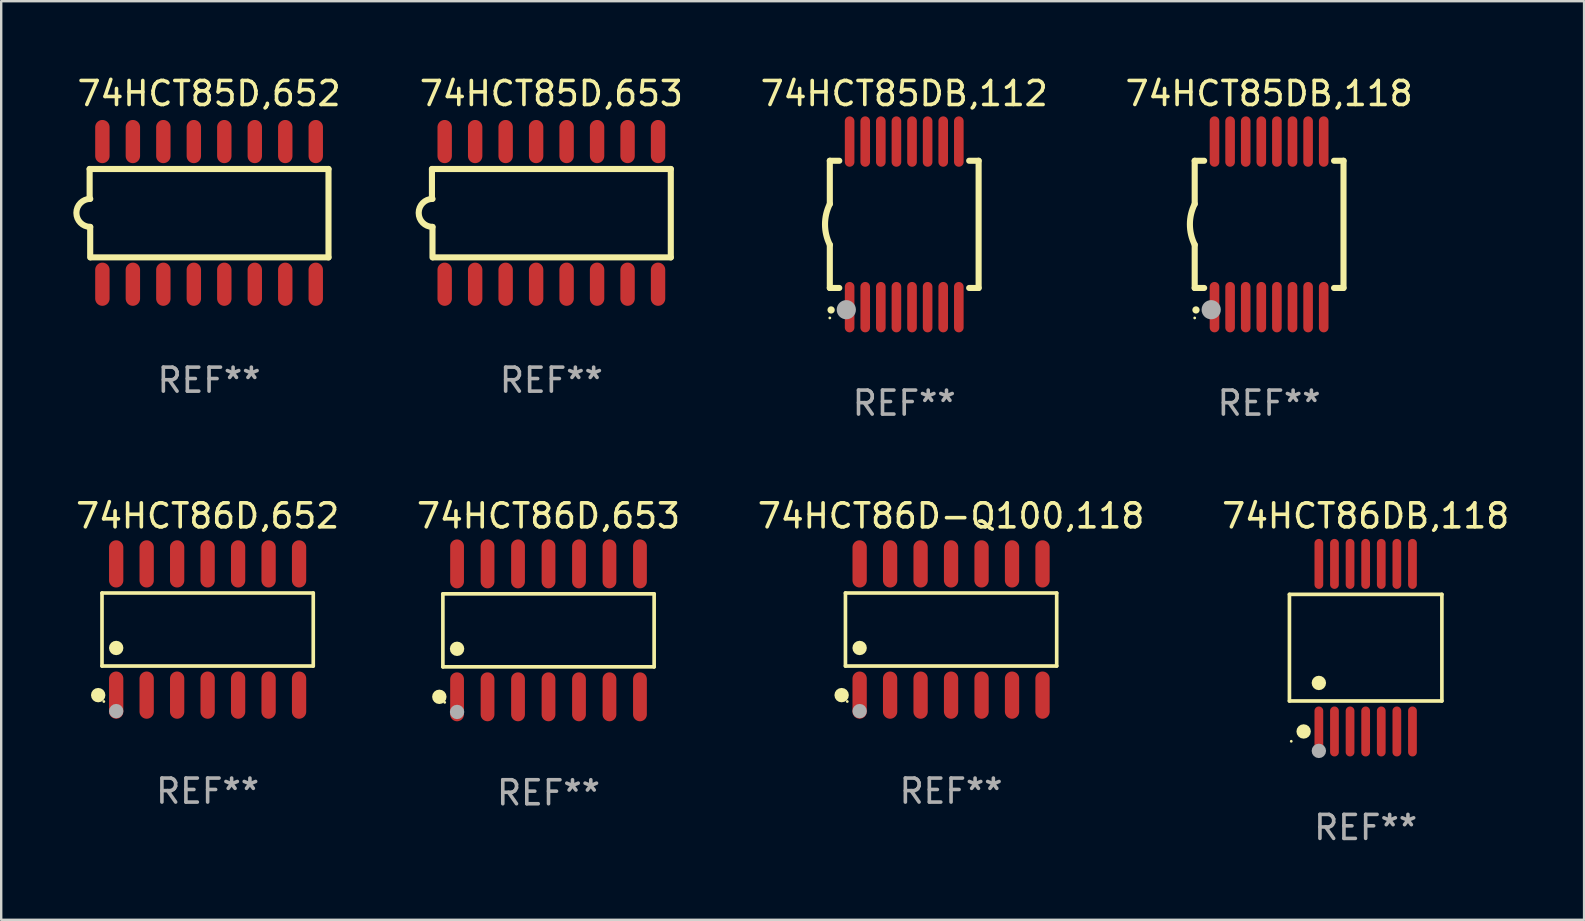
<source format=kicad_pcb>
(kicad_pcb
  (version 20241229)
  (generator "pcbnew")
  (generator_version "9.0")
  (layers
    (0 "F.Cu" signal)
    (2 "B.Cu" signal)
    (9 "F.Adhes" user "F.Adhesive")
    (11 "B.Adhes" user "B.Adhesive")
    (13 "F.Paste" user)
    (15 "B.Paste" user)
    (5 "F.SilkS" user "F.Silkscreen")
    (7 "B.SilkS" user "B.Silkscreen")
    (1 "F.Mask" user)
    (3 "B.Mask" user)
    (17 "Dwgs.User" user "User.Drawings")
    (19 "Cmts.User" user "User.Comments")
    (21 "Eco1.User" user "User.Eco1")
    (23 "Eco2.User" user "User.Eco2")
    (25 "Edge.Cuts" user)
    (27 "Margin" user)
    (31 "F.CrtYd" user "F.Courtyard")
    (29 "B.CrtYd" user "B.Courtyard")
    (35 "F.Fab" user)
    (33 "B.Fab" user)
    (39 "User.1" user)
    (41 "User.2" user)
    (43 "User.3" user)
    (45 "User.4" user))
  (footprint "74HCT85D,653"
    (layer "F.Cu")
    (at 19.923 5.82)
    (property "Reference" "74HCT85D,653" (at 0 -4.972 0) (layer "F.SilkS") (effects (font (size 1 1) (thickness 0.15))))
    (attr through_hole)
    (fp_line (start -4.976 -1.829) (end -4.976 -0.584) (stroke (width 0.254) (type solid)) (layer "F.SilkS"))
    (fp_line (start -4.953 0.584) (end -4.953 1.854) (stroke (width 0.254) (type solid)) (layer "F.SilkS"))
    (fp_line (start -4.928 1.854) (end 4.976 1.854) (stroke (width 0.254) (type solid)) (layer "F.SilkS"))
    (fp_line (start 4.976 -1.829) (end -4.976 -1.829) (stroke (width 0.254) (type solid)) (layer "F.SilkS"))
    (fp_line (start 4.976 1.854) (end 4.976 -1.829) (stroke (width 0.254) (type solid)) (layer "F.SilkS"))
    (fp_arc (start -4.95301 0.584201) (mid -5.533866 -0.00152) (end -4.950088 -0.584329) (stroke (width 0.254001) (type solid)) (layer "F.SilkS"))
    (fp_text user "REF**" (at 0 6.972 0) (layer "F.Fab") (effects (font (size 1 1) (thickness 0.15))))
    (pad "1" smd oval (at -4.445 2.972 180) (size 0.6 1.8) (layers "F.Cu" "F.Mask" "F.Paste"))
    (pad "2" smd oval (at -3.175 2.972 180) (size 0.6 1.8) (layers "F.Cu" "F.Mask" "F.Paste"))
    (pad "3" smd oval (at -1.905 2.972 180) (size 0.6 1.8) (layers "F.Cu" "F.Mask" "F.Paste"))
    (pad "4" smd oval (at -0.635 2.972 180) (size 0.6 1.8) (layers "F.Cu" "F.Mask" "F.Paste"))
    (pad "5" smd oval (at 0.635 2.972 180) (size 0.6 1.8) (layers "F.Cu" "F.Mask" "F.Paste"))
    (pad "6" smd oval (at 1.905 2.972 180) (size 0.6 1.8) (layers "F.Cu" "F.Mask" "F.Paste"))
    (pad "7" smd oval (at 3.175 2.972 180) (size 0.6 1.8) (layers "F.Cu" "F.Mask" "F.Paste"))
    (pad "8" smd oval (at 4.445 2.972 180) (size 0.6 1.8) (layers "F.Cu" "F.Mask" "F.Paste"))
    (pad "9" smd oval (at 4.445 -2.972 180) (size 0.6 1.8) (layers "F.Cu" "F.Mask" "F.Paste"))
    (pad "10" smd oval (at 3.175 -2.972 180) (size 0.6 1.8) (layers "F.Cu" "F.Mask" "F.Paste"))
    (pad "11" smd oval (at 1.905 -2.972 180) (size 0.6 1.8) (layers "F.Cu" "F.Mask" "F.Paste"))
    (pad "12" smd oval (at 0.635 -2.972 180) (size 0.6 1.8) (layers "F.Cu" "F.Mask" "F.Paste"))
    (pad "13" smd oval (at -0.635 -2.972 180) (size 0.6 1.8) (layers "F.Cu" "F.Mask" "F.Paste"))
    (pad "14" smd oval (at -1.905 -2.972 180) (size 0.6 1.8) (layers "F.Cu" "F.Mask" "F.Paste"))
    (pad "15" smd oval (at -3.175 -2.972 180) (size 0.6 1.8) (layers "F.Cu" "F.Mask" "F.Paste"))
    (pad "16" smd oval (at -4.445 -2.972 180) (size 0.6 1.8) (layers "F.Cu" "F.Mask" "F.Paste")))
  (footprint "74HCT85DB,118"
    (layer "F.Cu")
    (at 49.828 6.298)
    (property "Reference" "74HCT85DB,118" (at 0 -5.45 0) (layer "F.SilkS") (effects (font (size 1 1) (thickness 0.15))))
    (attr through_hole)
    (fp_line (start -3.1 -2.65) (end -3.1 -0.85) (stroke (width 0.254) (type solid)) (layer "F.SilkS"))
    (fp_line (start -3.1 -2.65) (end -2.706 -2.65) (stroke (width 0.254) (type solid)) (layer "F.SilkS"))
    (fp_line (start -3.1 2.65) (end -3.1 0.85) (stroke (width 0.254) (type solid)) (layer "F.SilkS"))
    (fp_line (start -3.1 2.65) (end -2.706 2.65) (stroke (width 0.254) (type solid)) (layer "F.SilkS"))
    (fp_line (start 2.706 -2.65) (end 3.1 -2.65) (stroke (width 0.254) (type solid)) (layer "F.SilkS"))
    (fp_line (start 2.706 2.65) (end 3.1 2.65) (stroke (width 0.254) (type solid)) (layer "F.SilkS"))
    (fp_line (start 3.1 -2.65) (end 3.1 2.65) (stroke (width 0.254) (type solid)) (layer "F.SilkS"))
    (fp_arc (start -3.098907 0.850902) (mid -3.300057 0.000523) (end -3.1 -0.850114) (stroke (width 0.254001) (type solid)) (layer "F.SilkS"))
    (fp_arc (start -3.048006 3.566066) (mid -3.046736 3.566061) (end -3.045466 3.566066) (stroke (width 0.3) (type solid)) (layer "F.SilkS"))
    (fp_circle (center -3.1 3.9) (end -3.07 3.9) (stroke (width 0.06) (type solid)) (fill no) (layer "F.SilkS"))
    (fp_circle (center -2.413 3.556) (end -2.213 3.556) (stroke (width 0.4) (type solid)) (fill no) (layer "F.Fab"))
    (fp_text user "REF**" (at 0 7.45 0) (layer "F.Fab") (effects (font (size 1 1) (thickness 0.15))))
    (pad "1" smd oval (at -2.275 3.45 180) (size 0.4 2.1) (layers "F.Cu" "F.Mask" "F.Paste"))
    (pad "2" smd oval (at -1.625 3.45 180) (size 0.4 2.1) (layers "F.Cu" "F.Mask" "F.Paste"))
    (pad "3" smd oval (at -0.975 3.45 180) (size 0.4 2.1) (layers "F.Cu" "F.Mask" "F.Paste"))
    (pad "4" smd oval (at -0.325 3.45 180) (size 0.4 2.1) (layers "F.Cu" "F.Mask" "F.Paste"))
    (pad "5" smd oval (at 0.325 3.45 180) (size 0.4 2.1) (layers "F.Cu" "F.Mask" "F.Paste"))
    (pad "6" smd oval (at 0.975 3.45 180) (size 0.4 2.1) (layers "F.Cu" "F.Mask" "F.Paste"))
    (pad "7" smd oval (at 1.625 3.45 180) (size 0.4 2.1) (layers "F.Cu" "F.Mask" "F.Paste"))
    (pad "8" smd oval (at 2.275 3.45 180) (size 0.4 2.1) (layers "F.Cu" "F.Mask" "F.Paste"))
    (pad "9" smd oval (at 2.275 -3.45 180) (size 0.4 2.1) (layers "F.Cu" "F.Mask" "F.Paste"))
    (pad "10" smd oval (at 1.625 -3.45 180) (size 0.4 2.1) (layers "F.Cu" "F.Mask" "F.Paste"))
    (pad "11" smd oval (at 0.975 -3.45 180) (size 0.4 2.1) (layers "F.Cu" "F.Mask" "F.Paste"))
    (pad "12" smd oval (at 0.325 -3.45 180) (size 0.4 2.1) (layers "F.Cu" "F.Mask" "F.Paste"))
    (pad "13" smd oval (at -0.325 -3.45 180) (size 0.4 2.1) (layers "F.Cu" "F.Mask" "F.Paste"))
    (pad "14" smd oval (at -0.975 -3.45 180) (size 0.4 2.1) (layers "F.Cu" "F.Mask" "F.Paste"))
    (pad "15" smd oval (at -1.625 -3.45 180) (size 0.4 2.1) (layers "F.Cu" "F.Mask" "F.Paste"))
    (pad "16" smd oval (at -2.275 -3.45 180) (size 0.4 2.1) (layers "F.Cu" "F.Mask" "F.Paste")))
  (footprint "74HCT86D-Q100,118"
    (layer "F.Cu")
    (at 36.577 23.179)
    (property "Reference" "74HCT86D-Q100,118" (at 0 -4.734 0) (layer "F.SilkS") (effects (font (size 1 1) (thickness 0.15))))
    (attr through_hole)
    (fp_line (start -4.401 -1.521) (end 4.401 -1.521) (stroke (width 0.152) (type solid)) (layer "F.SilkS"))
    (fp_line (start -4.401 1.521) (end -4.401 -1.521) (stroke (width 0.152) (type solid)) (layer "F.SilkS"))
    (fp_line (start 4.401 -1.521) (end 4.401 1.521) (stroke (width 0.152) (type solid)) (layer "F.SilkS"))
    (fp_line (start 4.401 1.521) (end -4.401 1.521) (stroke (width 0.152) (type solid)) (layer "F.SilkS"))
    (fp_circle (center -4.56 2.734) (end -4.41 2.734) (stroke (width 0.3) (type solid)) (fill no) (layer "F.SilkS"))
    (fp_circle (center -4.325 3) (end -4.295 3) (stroke (width 0.06) (type solid)) (fill no) (layer "F.SilkS"))
    (fp_circle (center -3.81 0.769) (end -3.66 0.769) (stroke (width 0.3) (type solid)) (fill no) (layer "F.SilkS"))
    (fp_circle (center -3.81 3.4) (end -3.66 3.4) (stroke (width 0.3) (type solid)) (fill no) (layer "F.Fab"))
    (fp_text user "REF**" (at 0 6.734 0) (layer "F.Fab") (effects (font (size 1 1) (thickness 0.15))))
    (pad "1" smd oval (at -3.81 2.734) (size 0.595 1.968) (layers "F.Cu" "F.Mask" "F.Paste"))
    (pad "2" smd oval (at -2.54 2.734) (size 0.595 1.968) (layers "F.Cu" "F.Mask" "F.Paste"))
    (pad "3" smd oval (at -1.27 2.734) (size 0.595 1.968) (layers "F.Cu" "F.Mask" "F.Paste"))
    (pad "4" smd oval (at 0 2.734) (size 0.595 1.968) (layers "F.Cu" "F.Mask" "F.Paste"))
    (pad "5" smd oval (at 1.27 2.734) (size 0.595 1.968) (layers "F.Cu" "F.Mask" "F.Paste"))
    (pad "6" smd oval (at 2.54 2.734) (size 0.595 1.968) (layers "F.Cu" "F.Mask" "F.Paste"))
    (pad "7" smd oval (at 3.81 2.734) (size 0.595 1.968) (layers "F.Cu" "F.Mask" "F.Paste"))
    (pad "8" smd oval (at 3.81 -2.734) (size 0.595 1.968) (layers "F.Cu" "F.Mask" "F.Paste"))
    (pad "9" smd oval (at 2.54 -2.734) (size 0.595 1.968) (layers "F.Cu" "F.Mask" "F.Paste"))
    (pad "10" smd oval (at 1.27 -2.734) (size 0.595 1.968) (layers "F.Cu" "F.Mask" "F.Paste"))
    (pad "11" smd oval (at 0 -2.734) (size 0.595 1.968) (layers "F.Cu" "F.Mask" "F.Paste"))
    (pad "12" smd oval (at -1.27 -2.734) (size 0.595 1.968) (layers "F.Cu" "F.Mask" "F.Paste"))
    (pad "13" smd oval (at -2.54 -2.734) (size 0.595 1.968) (layers "F.Cu" "F.Mask" "F.Paste"))
    (pad "14" smd oval (at -3.81 -2.734) (size 0.595 1.968) (layers "F.Cu" "F.Mask" "F.Paste")))
  (footprint "74HCT85DB,112"
    (layer "F.Cu")
    (at 34.625 6.298)
    (property "Reference" "74HCT85DB,112" (at 0 -5.45 0) (layer "F.SilkS") (effects (font (size 1 1) (thickness 0.15))))
    (attr through_hole)
    (fp_line (start -3.1 -2.65) (end -3.1 -0.85) (stroke (width 0.254) (type solid)) (layer "F.SilkS"))
    (fp_line (start -3.1 -2.65) (end -2.706 -2.65) (stroke (width 0.254) (type solid)) (layer "F.SilkS"))
    (fp_line (start -3.1 2.65) (end -3.1 0.85) (stroke (width 0.254) (type solid)) (layer "F.SilkS"))
    (fp_line (start -3.1 2.65) (end -2.706 2.65) (stroke (width 0.254) (type solid)) (layer "F.SilkS"))
    (fp_line (start 2.706 -2.65) (end 3.1 -2.65) (stroke (width 0.254) (type solid)) (layer "F.SilkS"))
    (fp_line (start 2.706 2.65) (end 3.1 2.65) (stroke (width 0.254) (type solid)) (layer "F.SilkS"))
    (fp_line (start 3.1 -2.65) (end 3.1 2.65) (stroke (width 0.254) (type solid)) (layer "F.SilkS"))
    (fp_arc (start -3.098907 0.850902) (mid -3.300057 0.000523) (end -3.1 -0.850114) (stroke (width 0.254001) (type solid)) (layer "F.SilkS"))
    (fp_arc (start -3.048006 3.566066) (mid -3.046736 3.566061) (end -3.045466 3.566066) (stroke (width 0.3) (type solid)) (layer "F.SilkS"))
    (fp_circle (center -3.1 3.9) (end -3.07 3.9) (stroke (width 0.06) (type solid)) (fill no) (layer "F.SilkS"))
    (fp_circle (center -2.413 3.556) (end -2.213 3.556) (stroke (width 0.4) (type solid)) (fill no) (layer "F.Fab"))
    (fp_text user "REF**" (at 0 7.45 0) (layer "F.Fab") (effects (font (size 1 1) (thickness 0.15))))
    (pad "1" smd oval (at -2.275 3.45 180) (size 0.4 2.1) (layers "F.Cu" "F.Mask" "F.Paste"))
    (pad "2" smd oval (at -1.625 3.45 180) (size 0.4 2.1) (layers "F.Cu" "F.Mask" "F.Paste"))
    (pad "3" smd oval (at -0.975 3.45 180) (size 0.4 2.1) (layers "F.Cu" "F.Mask" "F.Paste"))
    (pad "4" smd oval (at -0.325 3.45 180) (size 0.4 2.1) (layers "F.Cu" "F.Mask" "F.Paste"))
    (pad "5" smd oval (at 0.325 3.45 180) (size 0.4 2.1) (layers "F.Cu" "F.Mask" "F.Paste"))
    (pad "6" smd oval (at 0.975 3.45 180) (size 0.4 2.1) (layers "F.Cu" "F.Mask" "F.Paste"))
    (pad "7" smd oval (at 1.625 3.45 180) (size 0.4 2.1) (layers "F.Cu" "F.Mask" "F.Paste"))
    (pad "8" smd oval (at 2.275 3.45 180) (size 0.4 2.1) (layers "F.Cu" "F.Mask" "F.Paste"))
    (pad "9" smd oval (at 2.275 -3.45 180) (size 0.4 2.1) (layers "F.Cu" "F.Mask" "F.Paste"))
    (pad "10" smd oval (at 1.625 -3.45 180) (size 0.4 2.1) (layers "F.Cu" "F.Mask" "F.Paste"))
    (pad "11" smd oval (at 0.975 -3.45 180) (size 0.4 2.1) (layers "F.Cu" "F.Mask" "F.Paste"))
    (pad "12" smd oval (at 0.325 -3.45 180) (size 0.4 2.1) (layers "F.Cu" "F.Mask" "F.Paste"))
    (pad "13" smd oval (at -0.325 -3.45 180) (size 0.4 2.1) (layers "F.Cu" "F.Mask" "F.Paste"))
    (pad "14" smd oval (at -0.975 -3.45 180) (size 0.4 2.1) (layers "F.Cu" "F.Mask" "F.Paste"))
    (pad "15" smd oval (at -1.625 -3.45 180) (size 0.4 2.1) (layers "F.Cu" "F.Mask" "F.Paste"))
    (pad "16" smd oval (at -2.275 -3.45 180) (size 0.4 2.1) (layers "F.Cu" "F.Mask" "F.Paste")))
  (footprint "74HCT86D,652"
    (layer "F.Cu")
    (at 5.601 23.179)
    (property "Reference" "74HCT86D,652" (at 0 -4.734 0) (layer "F.SilkS") (effects (font (size 1 1) (thickness 0.15))))
    (attr through_hole)
    (fp_line (start -4.401 -1.521) (end 4.401 -1.521) (stroke (width 0.152) (type solid)) (layer "F.SilkS"))
    (fp_line (start -4.401 1.521) (end -4.401 -1.521) (stroke (width 0.152) (type solid)) (layer "F.SilkS"))
    (fp_line (start 4.401 -1.521) (end 4.401 1.521) (stroke (width 0.152) (type solid)) (layer "F.SilkS"))
    (fp_line (start 4.401 1.521) (end -4.401 1.521) (stroke (width 0.152) (type solid)) (layer "F.SilkS"))
    (fp_circle (center -4.56 2.734) (end -4.41 2.734) (stroke (width 0.3) (type solid)) (fill no) (layer "F.SilkS"))
    (fp_circle (center -4.325 3) (end -4.295 3) (stroke (width 0.06) (type solid)) (fill no) (layer "F.SilkS"))
    (fp_circle (center -3.81 0.769) (end -3.66 0.769) (stroke (width 0.3) (type solid)) (fill no) (layer "F.SilkS"))
    (fp_circle (center -3.81 3.4) (end -3.66 3.4) (stroke (width 0.3) (type solid)) (fill no) (layer "F.Fab"))
    (fp_text user "REF**" (at 0 6.734 0) (layer "F.Fab") (effects (font (size 1 1) (thickness 0.15))))
    (pad "1" smd oval (at -3.81 2.734) (size 0.595 1.968) (layers "F.Cu" "F.Mask" "F.Paste"))
    (pad "2" smd oval (at -2.54 2.734) (size 0.595 1.968) (layers "F.Cu" "F.Mask" "F.Paste"))
    (pad "3" smd oval (at -1.27 2.734) (size 0.595 1.968) (layers "F.Cu" "F.Mask" "F.Paste"))
    (pad "4" smd oval (at 0 2.734) (size 0.595 1.968) (layers "F.Cu" "F.Mask" "F.Paste"))
    (pad "5" smd oval (at 1.27 2.734) (size 0.595 1.968) (layers "F.Cu" "F.Mask" "F.Paste"))
    (pad "6" smd oval (at 2.54 2.734) (size 0.595 1.968) (layers "F.Cu" "F.Mask" "F.Paste"))
    (pad "7" smd oval (at 3.81 2.734) (size 0.595 1.968) (layers "F.Cu" "F.Mask" "F.Paste"))
    (pad "8" smd oval (at 3.81 -2.734) (size 0.595 1.968) (layers "F.Cu" "F.Mask" "F.Paste"))
    (pad "9" smd oval (at 2.54 -2.734) (size 0.595 1.968) (layers "F.Cu" "F.Mask" "F.Paste"))
    (pad "10" smd oval (at 1.27 -2.734) (size 0.595 1.968) (layers "F.Cu" "F.Mask" "F.Paste"))
    (pad "11" smd oval (at 0 -2.734) (size 0.595 1.968) (layers "F.Cu" "F.Mask" "F.Paste"))
    (pad "12" smd oval (at -1.27 -2.734) (size 0.595 1.968) (layers "F.Cu" "F.Mask" "F.Paste"))
    (pad "13" smd oval (at -2.54 -2.734) (size 0.595 1.968) (layers "F.Cu" "F.Mask" "F.Paste"))
    (pad "14" smd oval (at -3.81 -2.734) (size 0.595 1.968) (layers "F.Cu" "F.Mask" "F.Paste")))
  (footprint "74HCT86DB,118"
    (layer "F.Cu")
    (at 53.851 23.936)
    (property "Reference" "74HCT86DB,118" (at 0 -5.491 0) (layer "F.SilkS") (effects (font (size 1 1) (thickness 0.15))))
    (attr through_hole)
    (fp_line (start -3.176 -2.221) (end 3.176 -2.221) (stroke (width 0.152) (type solid)) (layer "F.SilkS"))
    (fp_line (start -3.176 2.221) (end -3.176 -2.221) (stroke (width 0.152) (type solid)) (layer "F.SilkS"))
    (fp_line (start 3.176 -2.221) (end 3.176 2.221) (stroke (width 0.152) (type solid)) (layer "F.SilkS"))
    (fp_line (start 3.176 2.221) (end -3.176 2.221) (stroke (width 0.152) (type solid)) (layer "F.SilkS"))
    (fp_circle (center -3.1 3.9) (end -3.07 3.9) (stroke (width 0.06) (type solid)) (fill no) (layer "F.SilkS"))
    (fp_circle (center -2.584 3.491) (end -2.434 3.491) (stroke (width 0.3) (type solid)) (fill no) (layer "F.SilkS"))
    (fp_circle (center -1.95 1.469) (end -1.8 1.469) (stroke (width 0.3) (type solid)) (fill no) (layer "F.SilkS"))
    (fp_circle (center -1.95 4.3) (end -1.8 4.3) (stroke (width 0.3) (type solid)) (fill no) (layer "F.Fab"))
    (fp_text user "REF**" (at 0 7.491 0) (layer "F.Fab") (effects (font (size 1 1) (thickness 0.15))))
    (pad "1" smd oval (at -1.95 3.491) (size 0.364 2.082) (layers "F.Cu" "F.Mask" "F.Paste"))
    (pad "2" smd oval (at -1.3 3.491) (size 0.364 2.082) (layers "F.Cu" "F.Mask" "F.Paste"))
    (pad "3" smd oval (at -0.65 3.491) (size 0.364 2.082) (layers "F.Cu" "F.Mask" "F.Paste"))
    (pad "4" smd oval (at 0 3.491) (size 0.364 2.082) (layers "F.Cu" "F.Mask" "F.Paste"))
    (pad "5" smd oval (at 0.65 3.491) (size 0.364 2.082) (layers "F.Cu" "F.Mask" "F.Paste"))
    (pad "6" smd oval (at 1.3 3.491) (size 0.364 2.082) (layers "F.Cu" "F.Mask" "F.Paste"))
    (pad "7" smd oval (at 1.95 3.491) (size 0.364 2.082) (layers "F.Cu" "F.Mask" "F.Paste"))
    (pad "8" smd oval (at 1.95 -3.491) (size 0.364 2.082) (layers "F.Cu" "F.Mask" "F.Paste"))
    (pad "9" smd oval (at 1.3 -3.491) (size 0.364 2.082) (layers "F.Cu" "F.Mask" "F.Paste"))
    (pad "10" smd oval (at 0.65 -3.491) (size 0.364 2.082) (layers "F.Cu" "F.Mask" "F.Paste"))
    (pad "11" smd oval (at 0 -3.491) (size 0.364 2.082) (layers "F.Cu" "F.Mask" "F.Paste"))
    (pad "12" smd oval (at -0.65 -3.491) (size 0.364 2.082) (layers "F.Cu" "F.Mask" "F.Paste"))
    (pad "13" smd oval (at -1.3 -3.491) (size 0.364 2.082) (layers "F.Cu" "F.Mask" "F.Paste"))
    (pad "14" smd oval (at -1.95 -3.491) (size 0.364 2.082) (layers "F.Cu" "F.Mask" "F.Paste")))
  (footprint "74HCT85D,652"
    (layer "F.Cu")
    (at 5.661 5.82)
    (property "Reference" "74HCT85D,652" (at 0 -4.972 0) (layer "F.SilkS") (effects (font (size 1 1) (thickness 0.15))))
    (attr through_hole)
    (fp_line (start -4.976 -1.829) (end -4.976 -0.584) (stroke (width 0.254) (type solid)) (layer "F.SilkS"))
    (fp_line (start -4.953 0.584) (end -4.953 1.854) (stroke (width 0.254) (type solid)) (layer "F.SilkS"))
    (fp_line (start -4.928 1.854) (end 4.976 1.854) (stroke (width 0.254) (type solid)) (layer "F.SilkS"))
    (fp_line (start 4.976 -1.829) (end -4.976 -1.829) (stroke (width 0.254) (type solid)) (layer "F.SilkS"))
    (fp_line (start 4.976 1.854) (end 4.976 -1.829) (stroke (width 0.254) (type solid)) (layer "F.SilkS"))
    (fp_arc (start -4.95301 0.584201) (mid -5.533866 -0.00152) (end -4.950088 -0.584329) (stroke (width 0.254001) (type solid)) (layer "F.SilkS"))
    (fp_text user "REF**" (at 0 6.972 0) (layer "F.Fab") (effects (font (size 1 1) (thickness 0.15))))
    (pad "1" smd oval (at -4.445 2.972 180) (size 0.6 1.8) (layers "F.Cu" "F.Mask" "F.Paste"))
    (pad "2" smd oval (at -3.175 2.972 180) (size 0.6 1.8) (layers "F.Cu" "F.Mask" "F.Paste"))
    (pad "3" smd oval (at -1.905 2.972 180) (size 0.6 1.8) (layers "F.Cu" "F.Mask" "F.Paste"))
    (pad "4" smd oval (at -0.635 2.972 180) (size 0.6 1.8) (layers "F.Cu" "F.Mask" "F.Paste"))
    (pad "5" smd oval (at 0.635 2.972 180) (size 0.6 1.8) (layers "F.Cu" "F.Mask" "F.Paste"))
    (pad "6" smd oval (at 1.905 2.972 180) (size 0.6 1.8) (layers "F.Cu" "F.Mask" "F.Paste"))
    (pad "7" smd oval (at 3.175 2.972 180) (size 0.6 1.8) (layers "F.Cu" "F.Mask" "F.Paste"))
    (pad "8" smd oval (at 4.445 2.972 180) (size 0.6 1.8) (layers "F.Cu" "F.Mask" "F.Paste"))
    (pad "9" smd oval (at 4.445 -2.972 180) (size 0.6 1.8) (layers "F.Cu" "F.Mask" "F.Paste"))
    (pad "10" smd oval (at 3.175 -2.972 180) (size 0.6 1.8) (layers "F.Cu" "F.Mask" "F.Paste"))
    (pad "11" smd oval (at 1.905 -2.972 180) (size 0.6 1.8) (layers "F.Cu" "F.Mask" "F.Paste"))
    (pad "12" smd oval (at 0.635 -2.972 180) (size 0.6 1.8) (layers "F.Cu" "F.Mask" "F.Paste"))
    (pad "13" smd oval (at -0.635 -2.972 180) (size 0.6 1.8) (layers "F.Cu" "F.Mask" "F.Paste"))
    (pad "14" smd oval (at -1.905 -2.972 180) (size 0.6 1.8) (layers "F.Cu" "F.Mask" "F.Paste"))
    (pad "15" smd oval (at -3.175 -2.972 180) (size 0.6 1.8) (layers "F.Cu" "F.Mask" "F.Paste"))
    (pad "16" smd oval (at -4.445 -2.972 180) (size 0.6 1.8) (layers "F.Cu" "F.Mask" "F.Paste")))
  (footprint "74HCT86D,653"
    (layer "F.Cu")
    (at 19.804 23.214)
    (property "Reference" "74HCT86D,653" (at 0 -4.769 0) (layer "F.SilkS") (effects (font (size 1 1) (thickness 0.15))))
    (attr through_hole)
    (fp_line (start -4.401 -1.521) (end 4.401 -1.521) (stroke (width 0.152) (type solid)) (layer "F.SilkS"))
    (fp_line (start -4.401 1.521) (end -4.401 -1.521) (stroke (width 0.152) (type solid)) (layer "F.SilkS"))
    (fp_line (start 4.401 -1.521) (end 4.401 1.521) (stroke (width 0.152) (type solid)) (layer "F.SilkS"))
    (fp_line (start 4.401 1.521) (end -4.401 1.521) (stroke (width 0.152) (type solid)) (layer "F.SilkS"))
    (fp_circle (center -4.549 2.769) (end -4.399 2.769) (stroke (width 0.3) (type solid)) (fill no) (layer "F.SilkS"))
    (fp_circle (center -4.325 3) (end -4.295 3) (stroke (width 0.06) (type solid)) (fill no) (layer "F.SilkS"))
    (fp_circle (center -3.81 0.769) (end -3.66 0.769) (stroke (width 0.3) (type solid)) (fill no) (layer "F.SilkS"))
    (fp_circle (center -3.81 3.4) (end -3.66 3.4) (stroke (width 0.3) (type solid)) (fill no) (layer "F.Fab"))
    (fp_text user "REF**" (at 0 6.769 0) (layer "F.Fab") (effects (font (size 1 1) (thickness 0.15))))
    (pad "1" smd oval (at -3.81 2.769) (size 0.574 2.038) (layers "F.Cu" "F.Mask" "F.Paste"))
    (pad "2" smd oval (at -2.54 2.769) (size 0.574 2.038) (layers "F.Cu" "F.Mask" "F.Paste"))
    (pad "3" smd oval (at -1.27 2.769) (size 0.574 2.038) (layers "F.Cu" "F.Mask" "F.Paste"))
    (pad "4" smd oval (at 0 2.769) (size 0.574 2.038) (layers "F.Cu" "F.Mask" "F.Paste"))
    (pad "5" smd oval (at 1.27 2.769) (size 0.574 2.038) (layers "F.Cu" "F.Mask" "F.Paste"))
    (pad "6" smd oval (at 2.54 2.769) (size 0.574 2.038) (layers "F.Cu" "F.Mask" "F.Paste"))
    (pad "7" smd oval (at 3.81 2.769) (size 0.574 2.038) (layers "F.Cu" "F.Mask" "F.Paste"))
    (pad "8" smd oval (at 3.81 -2.769) (size 0.574 2.038) (layers "F.Cu" "F.Mask" "F.Paste"))
    (pad "9" smd oval (at 2.54 -2.769) (size 0.574 2.038) (layers "F.Cu" "F.Mask" "F.Paste"))
    (pad "10" smd oval (at 1.27 -2.769) (size 0.574 2.038) (layers "F.Cu" "F.Mask" "F.Paste"))
    (pad "11" smd oval (at 0 -2.769) (size 0.574 2.038) (layers "F.Cu" "F.Mask" "F.Paste"))
    (pad "12" smd oval (at -1.27 -2.769) (size 0.574 2.038) (layers "F.Cu" "F.Mask" "F.Paste"))
    (pad "13" smd oval (at -2.54 -2.769) (size 0.574 2.038) (layers "F.Cu" "F.Mask" "F.Paste"))
    (pad "14" smd oval (at -3.81 -2.769) (size 0.574 2.038) (layers "F.Cu" "F.Mask" "F.Paste")))
  (gr_rect
    (start -3 -3)
    (end 62.952 35.275)
    (stroke (width 0.1) (type default))
    (fill no)
    (layer "Edge.Cuts")))
</source>
